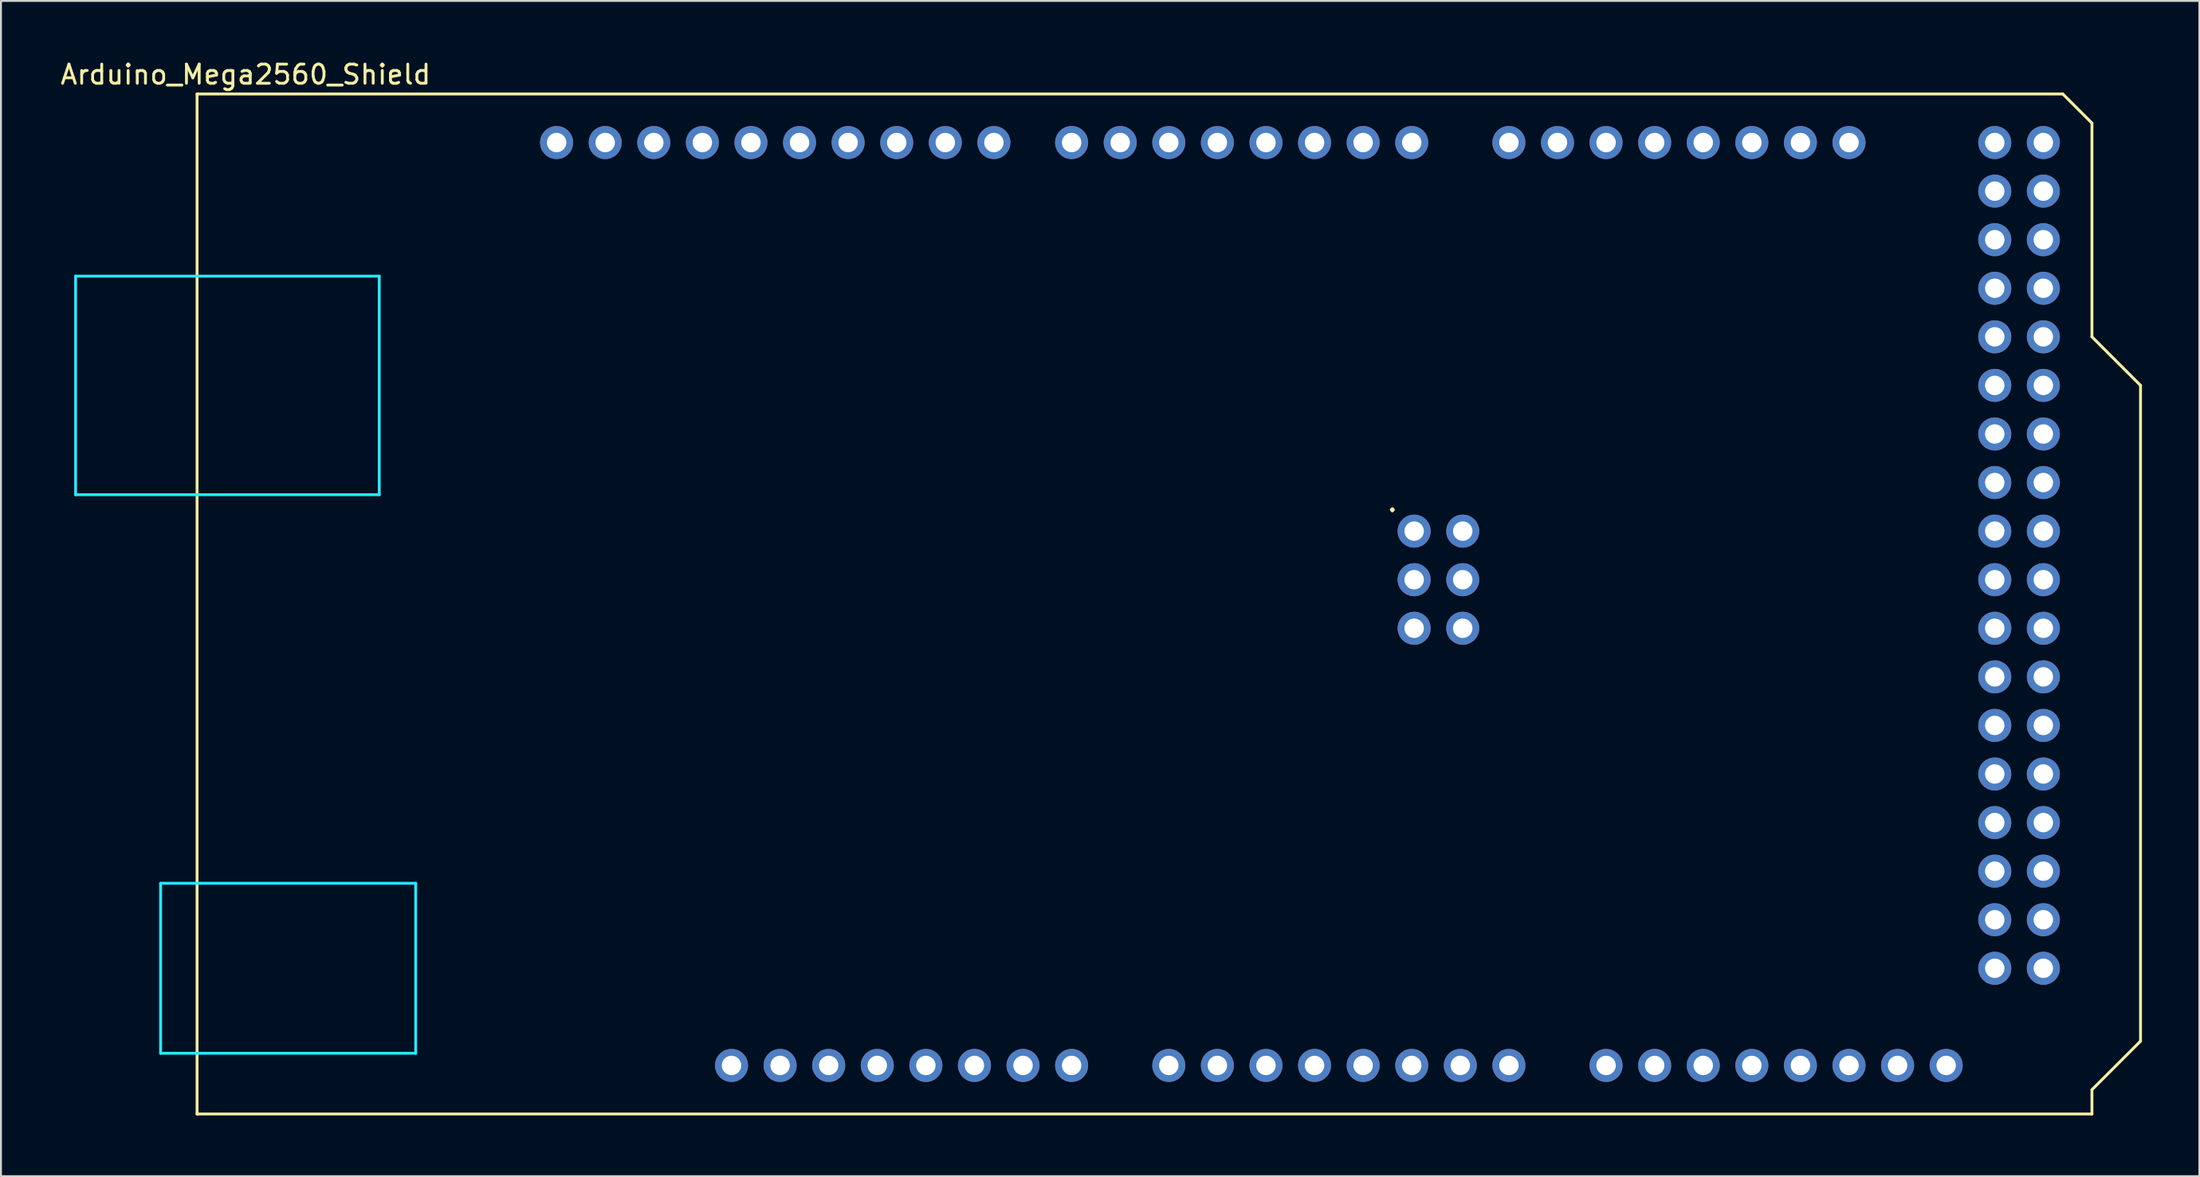
<source format=kicad_pcb>
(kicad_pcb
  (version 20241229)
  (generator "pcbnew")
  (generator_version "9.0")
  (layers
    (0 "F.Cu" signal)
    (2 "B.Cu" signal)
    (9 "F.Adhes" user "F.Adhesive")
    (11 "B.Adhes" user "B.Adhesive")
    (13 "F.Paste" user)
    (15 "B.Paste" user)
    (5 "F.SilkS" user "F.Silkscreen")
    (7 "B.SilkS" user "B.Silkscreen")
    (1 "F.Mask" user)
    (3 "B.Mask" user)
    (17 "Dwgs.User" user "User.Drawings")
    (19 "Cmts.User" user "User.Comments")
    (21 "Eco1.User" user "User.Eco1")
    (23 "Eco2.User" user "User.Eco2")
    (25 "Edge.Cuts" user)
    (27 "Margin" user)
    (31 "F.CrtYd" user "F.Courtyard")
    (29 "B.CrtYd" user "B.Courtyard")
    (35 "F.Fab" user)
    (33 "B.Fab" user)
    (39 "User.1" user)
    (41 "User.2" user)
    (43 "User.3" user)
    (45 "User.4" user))
  (footprint "Arduino_Mega2560_Shield"
    (layer "F.Cu")
    (at 7.252 55.204)
    (property "Reference" "Arduino_Mega2560_Shield" (at 2.54 -54.356 0) (layer "F.SilkS") (effects (font (size 1 1) (thickness 0.15))))
    (attr through_hole)
    (fp_line (start 0 -53.34) (end 0 0) (stroke (width 0.15) (type solid)) (layer "F.SilkS"))
    (fp_line (start 0 -53.34) (end 97.536 -53.34) (stroke (width 0.15) (type solid)) (layer "F.SilkS"))
    (fp_line (start 0 0) (end 99.06 0) (stroke (width 0.15) (type solid)) (layer "F.SilkS"))
    (fp_line (start 97.536 -53.34) (end 99.06 -51.816) (stroke (width 0.15) (type solid)) (layer "F.SilkS"))
    (fp_line (start 99.06 -40.64) (end 99.06 -51.816) (stroke (width 0.15) (type solid)) (layer "F.SilkS"))
    (fp_line (start 99.06 -1.27) (end 101.6 -3.81) (stroke (width 0.15) (type solid)) (layer "F.SilkS"))
    (fp_line (start 99.06 0) (end 99.06 -1.27) (stroke (width 0.15) (type solid)) (layer "F.SilkS"))
    (fp_line (start 101.6 -38.1) (end 99.06 -40.64) (stroke (width 0.15) (type solid)) (layer "F.SilkS"))
    (fp_line (start 101.6 -3.81) (end 101.6 -38.1) (stroke (width 0.15) (type solid)) (layer "F.SilkS"))
    (fp_line (start -6.35 -43.815) (end -6.35 -32.385) (stroke (width 0.15) (type solid)) (layer "B.CrtYd"))
    (fp_line (start -1.905 -12.065) (end -1.905 -3.175) (stroke (width 0.15) (type solid)) (layer "B.CrtYd"))
    (fp_line (start -1.905 -12.065) (end 11.43 -12.065) (stroke (width 0.15) (type solid)) (layer "B.CrtYd"))
    (fp_line (start -1.905 -3.175) (end 11.43 -3.175) (stroke (width 0.15) (type solid)) (layer "B.CrtYd"))
    (fp_line (start 9.525 -43.815) (end -6.35 -43.815) (stroke (width 0.15) (type solid)) (layer "B.CrtYd"))
    (fp_line (start 9.525 -43.815) (end 9.525 -32.385) (stroke (width 0.15) (type solid)) (layer "B.CrtYd"))
    (fp_line (start 9.525 -32.385) (end -6.35 -32.385) (stroke (width 0.15) (type solid)) (layer "B.CrtYd"))
    (fp_line (start 11.43 -12.065) (end 11.43 -3.175) (stroke (width 0.15) (type solid)) (layer "B.CrtYd"))
    (fp_text user "." (at 62.484 -32.004 0) (layer "F.SilkS") (effects (font (size 1 1) (thickness 0.15))))
    (pad "" thru_hole oval (at 27.94 -2.54) (size 1.727 1.727) (drill 1.016) (layers "*.Cu" "*.Mask"))
    (pad "3V3" thru_hole oval (at 35.56 -2.54) (size 1.727 1.727) (drill 1.016) (layers "*.Cu" "*.Mask"))
    (pad "5V1" thru_hole oval (at 38.1 -2.54) (size 1.727 1.727) (drill 1.016) (layers "*.Cu" "*.Mask"))
    (pad "5V2" thru_hole oval (at 66.167 -30.48) (size 1.727 1.727) (drill 1.016) (layers "*.Cu" "*.Mask"))
    (pad "5V3" thru_hole oval (at 93.98 -50.8) (size 1.727 1.727) (drill 1.016) (layers "*.Cu" "*.Mask"))
    (pad "5V4" thru_hole oval (at 96.52 -50.8) (size 1.727 1.727) (drill 1.016) (layers "*.Cu" "*.Mask"))
    (pad "A0" thru_hole oval (at 50.8 -2.54) (size 1.727 1.727) (drill 1.016) (layers "*.Cu" "*.Mask"))
    (pad "A1" thru_hole oval (at 53.34 -2.54) (size 1.727 1.727) (drill 1.016) (layers "*.Cu" "*.Mask"))
    (pad "A2" thru_hole oval (at 55.88 -2.54) (size 1.727 1.727) (drill 1.016) (layers "*.Cu" "*.Mask"))
    (pad "A3" thru_hole oval (at 58.42 -2.54) (size 1.727 1.727) (drill 1.016) (layers "*.Cu" "*.Mask"))
    (pad "A4" thru_hole oval (at 60.96 -2.54) (size 1.727 1.727) (drill 1.016) (layers "*.Cu" "*.Mask"))
    (pad "A5" thru_hole oval (at 63.5 -2.54) (size 1.727 1.727) (drill 1.016) (layers "*.Cu" "*.Mask"))
    (pad "A6" thru_hole oval (at 66.04 -2.54) (size 1.727 1.727) (drill 1.016) (layers "*.Cu" "*.Mask"))
    (pad "A7" thru_hole oval (at 68.58 -2.54) (size 1.727 1.727) (drill 1.016) (layers "*.Cu" "*.Mask"))
    (pad "A8" thru_hole oval (at 73.66 -2.54) (size 1.727 1.727) (drill 1.016) (layers "*.Cu" "*.Mask"))
    (pad "A9" thru_hole oval (at 76.2 -2.54) (size 1.727 1.727) (drill 1.016) (layers "*.Cu" "*.Mask"))
    (pad "A10" thru_hole oval (at 78.74 -2.54) (size 1.727 1.727) (drill 1.016) (layers "*.Cu" "*.Mask"))
    (pad "A11" thru_hole oval (at 81.28 -2.54) (size 1.727 1.727) (drill 1.016) (layers "*.Cu" "*.Mask"))
    (pad "A12" thru_hole oval (at 83.82 -2.54) (size 1.727 1.727) (drill 1.016) (layers "*.Cu" "*.Mask"))
    (pad "A13" thru_hole oval (at 86.36 -2.54) (size 1.727 1.727) (drill 1.016) (layers "*.Cu" "*.Mask"))
    (pad "A14" thru_hole oval (at 88.9 -2.54) (size 1.727 1.727) (drill 1.016) (layers "*.Cu" "*.Mask"))
    (pad "A15" thru_hole oval (at 91.44 -2.54) (size 1.727 1.727) (drill 1.016) (layers "*.Cu" "*.Mask"))
    (pad "AREF" thru_hole oval (at 23.876 -50.8) (size 1.727 1.727) (drill 1.016) (layers "*.Cu" "*.Mask"))
    (pad "D0" thru_hole oval (at 63.5 -50.8) (size 1.727 1.727) (drill 1.016) (layers "*.Cu" "*.Mask"))
    (pad "D1" thru_hole oval (at 60.96 -50.8) (size 1.727 1.727) (drill 1.016) (layers "*.Cu" "*.Mask"))
    (pad "D2" thru_hole oval (at 58.42 -50.8) (size 1.727 1.727) (drill 1.016) (layers "*.Cu" "*.Mask"))
    (pad "D3" thru_hole oval (at 55.88 -50.8) (size 1.727 1.727) (drill 1.016) (layers "*.Cu" "*.Mask"))
    (pad "D4" thru_hole oval (at 53.34 -50.8) (size 1.727 1.727) (drill 1.016) (layers "*.Cu" "*.Mask"))
    (pad "D5" thru_hole oval (at 50.8 -50.8) (size 1.727 1.727) (drill 1.016) (layers "*.Cu" "*.Mask"))
    (pad "D6" thru_hole oval (at 48.26 -50.8) (size 1.727 1.727) (drill 1.016) (layers "*.Cu" "*.Mask"))
    (pad "D7" thru_hole oval (at 45.72 -50.8) (size 1.727 1.727) (drill 1.016) (layers "*.Cu" "*.Mask"))
    (pad "D8" thru_hole oval (at 41.656 -50.8) (size 1.727 1.727) (drill 1.016) (layers "*.Cu" "*.Mask"))
    (pad "D9" thru_hole oval (at 39.116 -50.8) (size 1.727 1.727) (drill 1.016) (layers "*.Cu" "*.Mask"))
    (pad "D10" thru_hole oval (at 36.576 -50.8) (size 1.727 1.727) (drill 1.016) (layers "*.Cu" "*.Mask"))
    (pad "D11" thru_hole oval (at 34.036 -50.8) (size 1.727 1.727) (drill 1.016) (layers "*.Cu" "*.Mask"))
    (pad "D12" thru_hole oval (at 31.496 -50.8) (size 1.727 1.727) (drill 1.016) (layers "*.Cu" "*.Mask"))
    (pad "D13" thru_hole oval (at 28.956 -50.8) (size 1.727 1.727) (drill 1.016) (layers "*.Cu" "*.Mask"))
    (pad "D14" thru_hole oval (at 68.58 -50.8) (size 1.727 1.727) (drill 1.016) (layers "*.Cu" "*.Mask"))
    (pad "D15" thru_hole oval (at 71.12 -50.8) (size 1.727 1.727) (drill 1.016) (layers "*.Cu" "*.Mask"))
    (pad "D16" thru_hole oval (at 73.66 -50.8) (size 1.727 1.727) (drill 1.016) (layers "*.Cu" "*.Mask"))
    (pad "D17" thru_hole oval (at 76.2 -50.8) (size 1.727 1.727) (drill 1.016) (layers "*.Cu" "*.Mask"))
    (pad "D18" thru_hole oval (at 78.74 -50.8) (size 1.727 1.727) (drill 1.016) (layers "*.Cu" "*.Mask"))
    (pad "D19" thru_hole oval (at 81.28 -50.8) (size 1.727 1.727) (drill 1.016) (layers "*.Cu" "*.Mask"))
    (pad "D20" thru_hole oval (at 83.82 -50.8) (size 1.727 1.727) (drill 1.016) (layers "*.Cu" "*.Mask"))
    (pad "D21" thru_hole oval (at 86.36 -50.8) (size 1.727 1.727) (drill 1.016) (layers "*.Cu" "*.Mask"))
    (pad "D22" thru_hole oval (at 93.98 -48.26) (size 1.727 1.727) (drill 1.016) (layers "*.Cu" "*.Mask"))
    (pad "D23" thru_hole oval (at 96.52 -48.26) (size 1.727 1.727) (drill 1.016) (layers "*.Cu" "*.Mask"))
    (pad "D24" thru_hole oval (at 93.98 -45.72) (size 1.727 1.727) (drill 1.016) (layers "*.Cu" "*.Mask"))
    (pad "D25" thru_hole oval (at 96.52 -45.72) (size 1.727 1.727) (drill 1.016) (layers "*.Cu" "*.Mask"))
    (pad "D26" thru_hole oval (at 93.98 -43.18) (size 1.727 1.727) (drill 1.016) (layers "*.Cu" "*.Mask"))
    (pad "D27" thru_hole oval (at 96.52 -43.18) (size 1.727 1.727) (drill 1.016) (layers "*.Cu" "*.Mask"))
    (pad "D28" thru_hole oval (at 93.98 -40.64) (size 1.727 1.727) (drill 1.016) (layers "*.Cu" "*.Mask"))
    (pad "D29" thru_hole oval (at 96.52 -40.64) (size 1.727 1.727) (drill 1.016) (layers "*.Cu" "*.Mask"))
    (pad "D30" thru_hole oval (at 93.98 -38.1) (size 1.727 1.727) (drill 1.016) (layers "*.Cu" "*.Mask"))
    (pad "D31" thru_hole oval (at 96.52 -38.1) (size 1.727 1.727) (drill 1.016) (layers "*.Cu" "*.Mask"))
    (pad "D32" thru_hole oval (at 93.98 -35.56) (size 1.727 1.727) (drill 1.016) (layers "*.Cu" "*.Mask"))
    (pad "D33" thru_hole oval (at 96.52 -35.56) (size 1.727 1.727) (drill 1.016) (layers "*.Cu" "*.Mask"))
    (pad "D34" thru_hole oval (at 93.98 -33.02) (size 1.727 1.727) (drill 1.016) (layers "*.Cu" "*.Mask"))
    (pad "D35" thru_hole oval (at 96.52 -33.02) (size 1.727 1.727) (drill 1.016) (layers "*.Cu" "*.Mask"))
    (pad "D36" thru_hole oval (at 93.98 -30.48) (size 1.727 1.727) (drill 1.016) (layers "*.Cu" "*.Mask"))
    (pad "D37" thru_hole oval (at 96.52 -30.48) (size 1.727 1.727) (drill 1.016) (layers "*.Cu" "*.Mask"))
    (pad "D38" thru_hole oval (at 93.98 -27.94) (size 1.727 1.727) (drill 1.016) (layers "*.Cu" "*.Mask"))
    (pad "D39" thru_hole oval (at 96.52 -27.94) (size 1.727 1.727) (drill 1.016) (layers "*.Cu" "*.Mask"))
    (pad "D40" thru_hole oval (at 93.98 -25.4) (size 1.727 1.727) (drill 1.016) (layers "*.Cu" "*.Mask"))
    (pad "D41" thru_hole oval (at 96.52 -25.4) (size 1.727 1.727) (drill 1.016) (layers "*.Cu" "*.Mask"))
    (pad "D42" thru_hole oval (at 93.98 -22.86) (size 1.727 1.727) (drill 1.016) (layers "*.Cu" "*.Mask"))
    (pad "D43" thru_hole oval (at 96.52 -22.86) (size 1.727 1.727) (drill 1.016) (layers "*.Cu" "*.Mask"))
    (pad "D44" thru_hole oval (at 93.98 -20.32) (size 1.727 1.727) (drill 1.016) (layers "*.Cu" "*.Mask"))
    (pad "D45" thru_hole oval (at 96.52 -20.32) (size 1.727 1.727) (drill 1.016) (layers "*.Cu" "*.Mask"))
    (pad "D46" thru_hole oval (at 93.98 -17.78) (size 1.727 1.727) (drill 1.016) (layers "*.Cu" "*.Mask"))
    (pad "D47" thru_hole oval (at 96.52 -17.78) (size 1.727 1.727) (drill 1.016) (layers "*.Cu" "*.Mask"))
    (pad "D48" thru_hole oval (at 93.98 -15.24) (size 1.727 1.727) (drill 1.016) (layers "*.Cu" "*.Mask"))
    (pad "D49" thru_hole oval (at 96.52 -15.24) (size 1.727 1.727) (drill 1.016) (layers "*.Cu" "*.Mask"))
    (pad "D50" thru_hole oval (at 93.98 -12.7) (size 1.727 1.727) (drill 1.016) (layers "*.Cu" "*.Mask"))
    (pad "D51" thru_hole oval (at 96.52 -12.7) (size 1.727 1.727) (drill 1.016) (layers "*.Cu" "*.Mask"))
    (pad "D52" thru_hole oval (at 93.98 -10.16) (size 1.727 1.727) (drill 1.016) (layers "*.Cu" "*.Mask"))
    (pad "D53" thru_hole oval (at 96.52 -10.16) (size 1.727 1.727) (drill 1.016) (layers "*.Cu" "*.Mask"))
    (pad "GND1" thru_hole oval (at 26.416 -50.8) (size 1.727 1.727) (drill 1.016) (layers "*.Cu" "*.Mask"))
    (pad "GND2" thru_hole oval (at 40.64 -2.54) (size 1.727 1.727) (drill 1.016) (layers "*.Cu" "*.Mask"))
    (pad "GND3" thru_hole oval (at 43.18 -2.54) (size 1.727 1.727) (drill 1.016) (layers "*.Cu" "*.Mask"))
    (pad "GND4" thru_hole oval (at 66.167 -25.4) (size 1.727 1.727) (drill 1.016) (layers "*.Cu" "*.Mask"))
    (pad "GND5" thru_hole oval (at 93.98 -7.62) (size 1.727 1.727) (drill 1.016) (layers "*.Cu" "*.Mask"))
    (pad "GND6" thru_hole oval (at 96.52 -7.62) (size 1.727 1.727) (drill 1.016) (layers "*.Cu" "*.Mask"))
    (pad "IORF" thru_hole oval (at 30.48 -2.54) (size 1.727 1.727) (drill 1.016) (layers "*.Cu" "*.Mask"))
    (pad "MISO" thru_hole oval (at 63.627 -30.48) (size 1.727 1.727) (drill 1.016) (layers "*.Cu" "*.Mask"))
    (pad "MOSI" thru_hole oval (at 66.167 -27.94) (size 1.727 1.727) (drill 1.016) (layers "*.Cu" "*.Mask"))
    (pad "RST1" thru_hole oval (at 33.02 -2.54) (size 1.727 1.727) (drill 1.016) (layers "*.Cu" "*.Mask"))
    (pad "RST2" thru_hole oval (at 63.627 -25.4) (size 1.727 1.727) (drill 1.016) (layers "*.Cu" "*.Mask"))
    (pad "SCK" thru_hole oval (at 63.627 -27.94) (size 1.727 1.727) (drill 1.016) (layers "*.Cu" "*.Mask"))
    (pad "SCL" thru_hole oval (at 18.796 -50.8) (size 1.727 1.727) (drill 1.016) (layers "*.Cu" "*.Mask"))
    (pad "SDA" thru_hole oval (at 21.336 -50.8) (size 1.727 1.727) (drill 1.016) (layers "*.Cu" "*.Mask"))
    (pad "VIN" thru_hole oval (at 45.72 -2.54) (size 1.727 1.727) (drill 1.016) (layers "*.Cu" "*.Mask")))
  (gr_rect
    (start -3 -3)
    (end 111.927 58.454)
    (stroke (width 0.1) (type default))
    (fill no)
    (layer "Edge.Cuts")))
</source>
